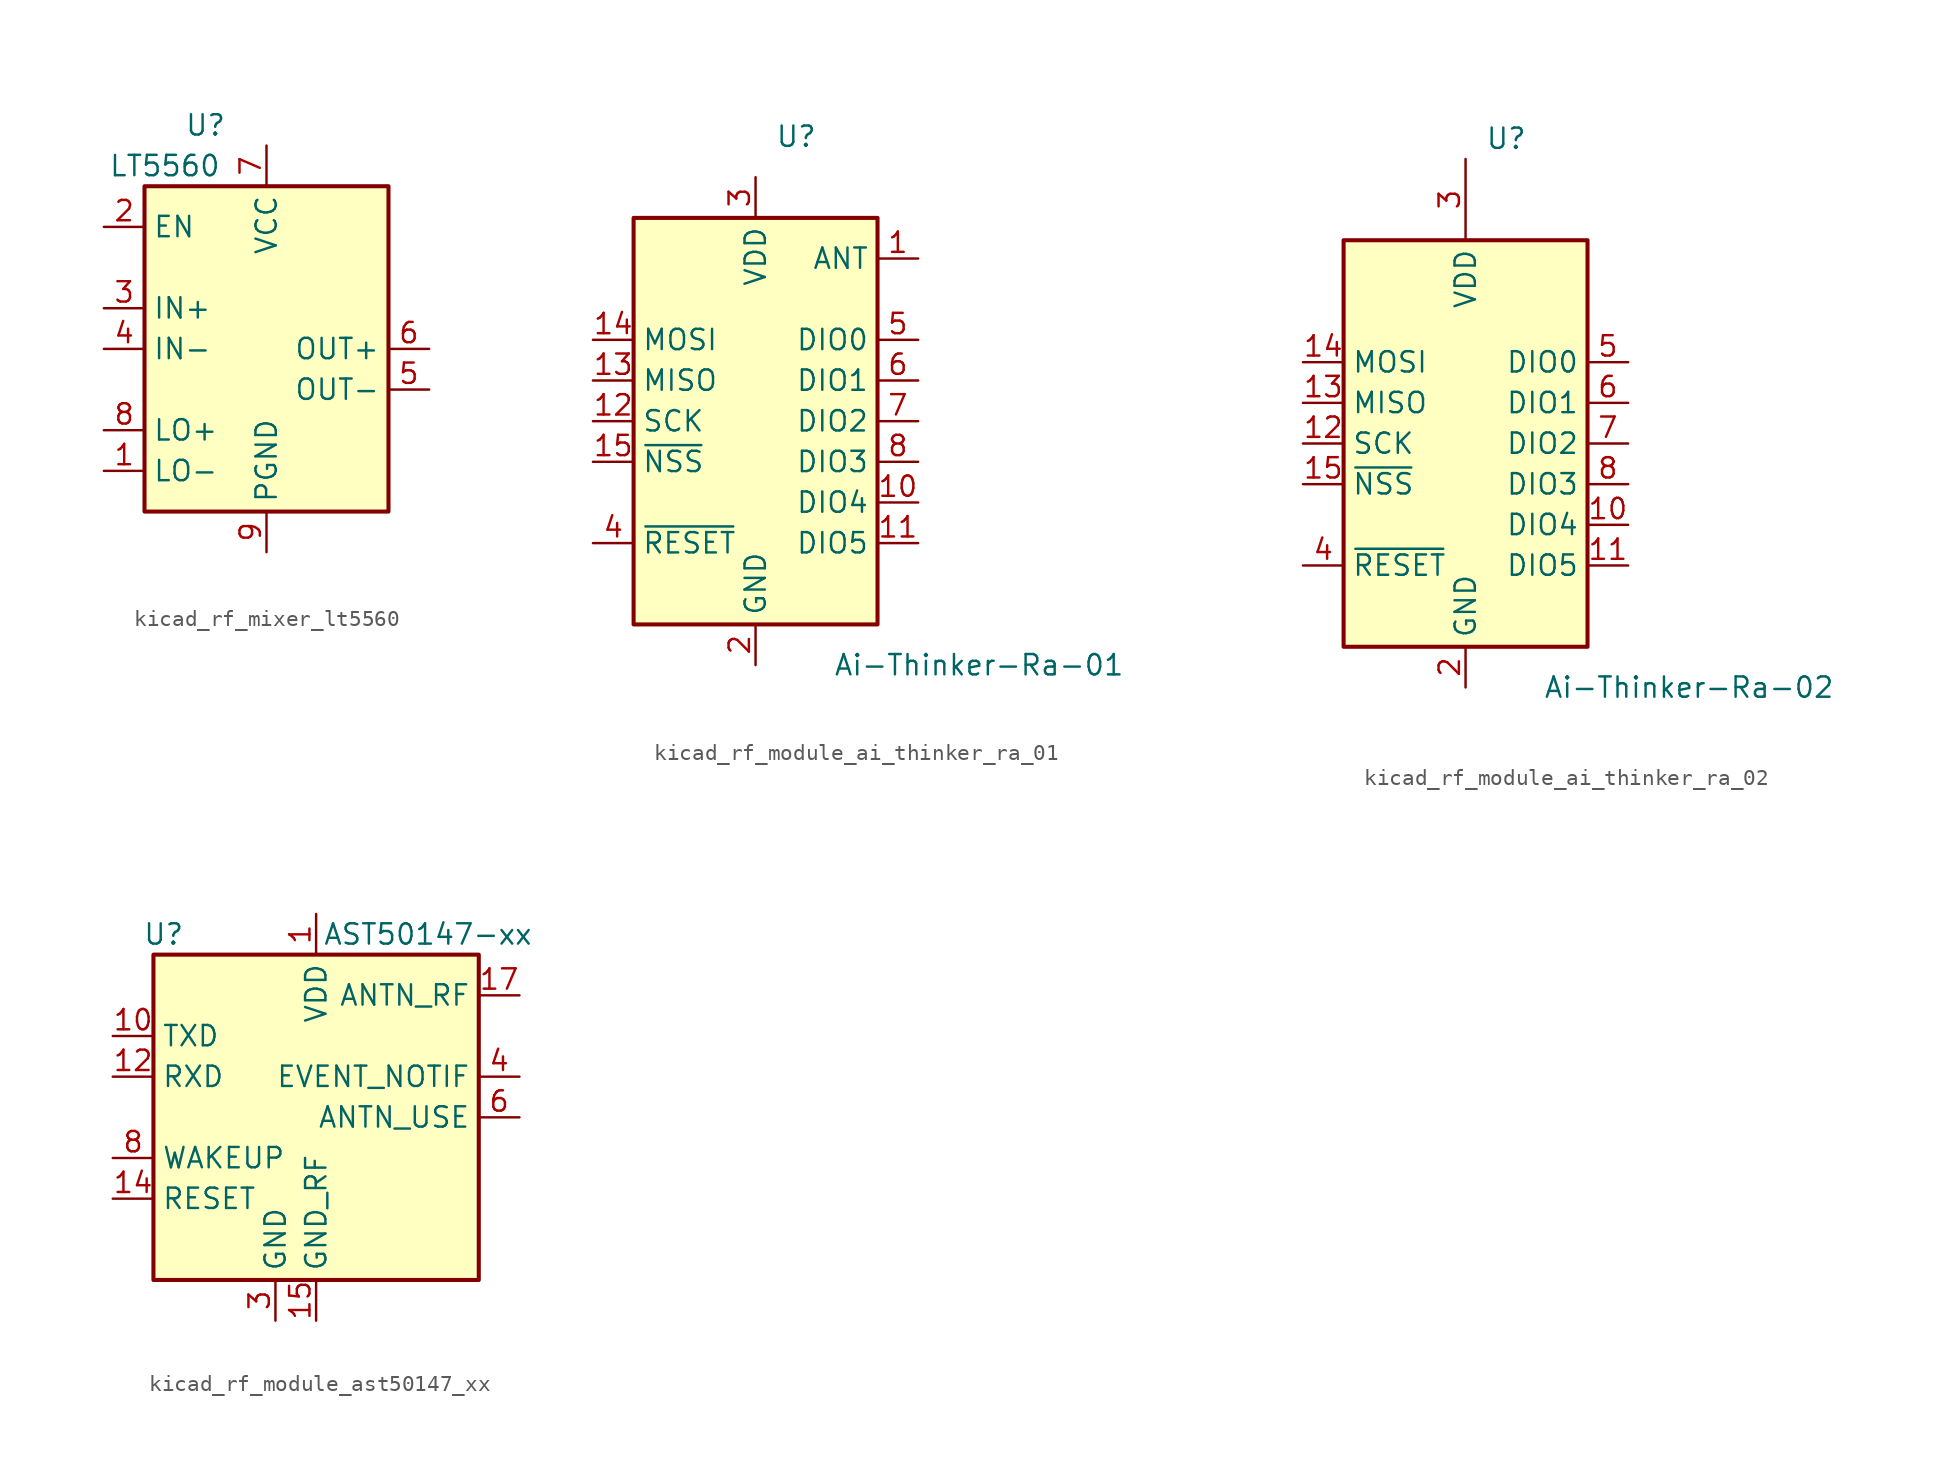
<source format=kicad_sym>
(kicad_symbol_lib
  (version 20220914)
  (generator kicad_symbol_editor)
  (symbol "kicad_rf_mixer_lt5560"
    (property "Reference" "U"
      (at -3.81 13.97 0)
      (effects (font (size 1.27 1.27))))
    (property "Value" "LT5560"
      (at -6.35 11.43 0)
      (effects (font (size 1.27 1.27))))
    (symbol "kicad_rf_mixer_lt5560_0_1"
      (rectangle (start -7.62 10.16) (end 7.62 -10.16) (stroke (width 0.254) (type default)) (fill (type background))))
    (symbol "kicad_rf_mixer_lt5560_1_1"
      (pin input line (at -10.16 -7.62 0) (length 2.54) (name "LO-" (effects (font (size 1.27 1.27)))) (number "1" (effects (font (size 1.27 1.27)))))
      (pin input line (at -10.16 7.62 0) (length 2.54) (name "EN" (effects (font (size 1.27 1.27)))) (number "2" (effects (font (size 1.27 1.27)))))
      (pin input line (at -10.16 2.54 0) (length 2.54) (name "IN+" (effects (font (size 1.27 1.27)))) (number "3" (effects (font (size 1.27 1.27)))))
      (pin input line (at -10.16 0 0) (length 2.54) (name "IN-" (effects (font (size 1.27 1.27)))) (number "4" (effects (font (size 1.27 1.27)))))
      (pin output line (at 10.16 -2.54 180) (length 2.54) (name "OUT-" (effects (font (size 1.27 1.27)))) (number "5" (effects (font (size 1.27 1.27)))))
      (pin output line (at 10.16 0 180) (length 2.54) (name "OUT+" (effects (font (size 1.27 1.27)))) (number "6" (effects (font (size 1.27 1.27)))))
      (pin power_in line (at 0 12.7 270) (length 2.54) (name "VCC" (effects (font (size 1.27 1.27)))) (number "7" (effects (font (size 1.27 1.27)))))
      (pin input line (at -10.16 -5.08 0) (length 2.54) (name "LO+" (effects (font (size 1.27 1.27)))) (number "8" (effects (font (size 1.27 1.27)))))
      (pin power_in line (at 0 -12.7 90) (length 2.54) (name "PGND" (effects (font (size 1.27 1.27)))) (number "9" (effects (font (size 1.27 1.27)))))))
  (symbol "kicad_rf_module_ai_thinker_ra_01"
    (property "Reference" "U"
      (at 2.54 17.78 0)
      (effects (font (size 1.27 1.27))))
    (property "Value" "Ai-Thinker-Ra-01"
      (at 13.97 -15.24 0)
      (effects (font (size 1.27 1.27))))
    (symbol "kicad_rf_module_ai_thinker_ra_01_0_1"
      (rectangle (start -7.62 12.7) (end 7.62 -12.7) (stroke (width 0.254) (type default)) (fill (type background))))
    (symbol "kicad_rf_module_ai_thinker_ra_01_1_1"
      (pin passive line (at 10.16 10.16 180) (length 2.54) (name "ANT" (effects (font (size 1.27 1.27)))) (number "1" (effects (font (size 1.27 1.27)))))
      (pin bidirectional line (at 10.16 -5.08 180) (length 2.54) (name "DIO4" (effects (font (size 1.27 1.27)))) (number "10" (effects (font (size 1.27 1.27)))))
      (pin bidirectional line (at 10.16 -7.62 180) (length 2.54) (name "DIO5" (effects (font (size 1.27 1.27)))) (number "11" (effects (font (size 1.27 1.27)))))
      (pin input line (at -10.16 0 0) (length 2.54) (name "SCK" (effects (font (size 1.27 1.27)))) (number "12" (effects (font (size 1.27 1.27)))))
      (pin output line (at -10.16 2.54 0) (length 2.54) (name "MISO" (effects (font (size 1.27 1.27)))) (number "13" (effects (font (size 1.27 1.27)))))
      (pin input line (at -10.16 5.08 0) (length 2.54) (name "MOSI" (effects (font (size 1.27 1.27)))) (number "14" (effects (font (size 1.27 1.27)))))
      (pin input line (at -10.16 -2.54 0) (length 2.54) (name "~{NSS}" (effects (font (size 1.27 1.27)))) (number "15" (effects (font (size 1.27 1.27)))))
      (pin passive line (at 0 -15.24 90) (length 2.54) hide (name "GND" (effects (font (size 1.27 1.27)))) (number "16" (effects (font (size 1.27 1.27)))))
      (pin power_in line (at 0 -15.24 90) (length 2.54) (name "GND" (effects (font (size 1.27 1.27)))) (number "2" (effects (font (size 1.27 1.27)))))
      (pin power_in line (at 0 15.24 270) (length 2.54) (name "VDD" (effects (font (size 1.27 1.27)))) (number "3" (effects (font (size 1.27 1.27)))))
      (pin input line (at -10.16 -7.62 0) (length 2.54) (name "~{RESET}" (effects (font (size 1.27 1.27)))) (number "4" (effects (font (size 1.27 1.27)))))
      (pin bidirectional line (at 10.16 5.08 180) (length 2.54) (name "DIO0" (effects (font (size 1.27 1.27)))) (number "5" (effects (font (size 1.27 1.27)))))
      (pin bidirectional line (at 10.16 2.54 180) (length 2.54) (name "DIO1" (effects (font (size 1.27 1.27)))) (number "6" (effects (font (size 1.27 1.27)))))
      (pin bidirectional line (at 10.16 0 180) (length 2.54) (name "DIO2" (effects (font (size 1.27 1.27)))) (number "7" (effects (font (size 1.27 1.27)))))
      (pin bidirectional line (at 10.16 -2.54 180) (length 2.54) (name "DIO3" (effects (font (size 1.27 1.27)))) (number "8" (effects (font (size 1.27 1.27)))))
      (pin passive line (at 0 -15.24 90) (length 2.54) hide (name "GND" (effects (font (size 1.27 1.27)))) (number "9" (effects (font (size 1.27 1.27)))))))
  (symbol "kicad_rf_module_ai_thinker_ra_02"
    (property "Reference" "U"
      (at 2.54 19.05 0)
      (effects (font (size 1.27 1.27))))
    (property "Value" "Ai-Thinker-Ra-02"
      (at 13.97 -15.24 0)
      (effects (font (size 1.27 1.27))))
    (symbol "kicad_rf_module_ai_thinker_ra_02_0_1"
      (rectangle (start -7.62 12.7) (end 7.62 -12.7) (stroke (width 0.254) (type default)) (fill (type background))))
    (symbol "kicad_rf_module_ai_thinker_ra_02_1_1"
      (pin passive line (at 0 -15.24 90) (length 2.54) hide (name "GND" (effects (font (size 1.27 1.27)))) (number "1" (effects (font (size 1.27 1.27)))))
      (pin bidirectional line (at 10.16 -5.08 180) (length 2.54) (name "DIO4" (effects (font (size 1.27 1.27)))) (number "10" (effects (font (size 1.27 1.27)))))
      (pin bidirectional line (at 10.16 -7.62 180) (length 2.54) (name "DIO5" (effects (font (size 1.27 1.27)))) (number "11" (effects (font (size 1.27 1.27)))))
      (pin input line (at -10.16 0 0) (length 2.54) (name "SCK" (effects (font (size 1.27 1.27)))) (number "12" (effects (font (size 1.27 1.27)))))
      (pin output line (at -10.16 2.54 0) (length 2.54) (name "MISO" (effects (font (size 1.27 1.27)))) (number "13" (effects (font (size 1.27 1.27)))))
      (pin input line (at -10.16 5.08 0) (length 2.54) (name "MOSI" (effects (font (size 1.27 1.27)))) (number "14" (effects (font (size 1.27 1.27)))))
      (pin input line (at -10.16 -2.54 0) (length 2.54) (name "~{NSS}" (effects (font (size 1.27 1.27)))) (number "15" (effects (font (size 1.27 1.27)))))
      (pin passive line (at 0 -15.24 90) (length 2.54) hide (name "GND" (effects (font (size 1.27 1.27)))) (number "16" (effects (font (size 1.27 1.27)))))
      (pin power_in line (at 0 -15.24 90) (length 2.54) (name "GND" (effects (font (size 1.27 1.27)))) (number "2" (effects (font (size 1.27 1.27)))))
      (pin power_in line (at 0 17.78 270) (length 5.08) (name "VDD" (effects (font (size 1.27 1.27)))) (number "3" (effects (font (size 1.27 1.27)))))
      (pin input line (at -10.16 -7.62 0) (length 2.54) (name "~{RESET}" (effects (font (size 1.27 1.27)))) (number "4" (effects (font (size 1.27 1.27)))))
      (pin bidirectional line (at 10.16 5.08 180) (length 2.54) (name "DIO0" (effects (font (size 1.27 1.27)))) (number "5" (effects (font (size 1.27 1.27)))))
      (pin bidirectional line (at 10.16 2.54 180) (length 2.54) (name "DIO1" (effects (font (size 1.27 1.27)))) (number "6" (effects (font (size 1.27 1.27)))))
      (pin bidirectional line (at 10.16 0 180) (length 2.54) (name "DIO2" (effects (font (size 1.27 1.27)))) (number "7" (effects (font (size 1.27 1.27)))))
      (pin bidirectional line (at 10.16 -2.54 180) (length 2.54) (name "DIO3" (effects (font (size 1.27 1.27)))) (number "8" (effects (font (size 1.27 1.27)))))
      (pin passive line (at 0 -15.24 90) (length 2.54) hide (name "GND" (effects (font (size 1.27 1.27)))) (number "9" (effects (font (size 1.27 1.27)))))))
  (symbol "kicad_rf_module_ast50147_xx"
    (property "Reference" "U"
      (at -9.525 11.43 0)
      (effects (font (size 1.27 1.27))))
    (property "Value" "AST50147-xx"
      (at 6.985 11.43 0)
      (effects (font (size 1.27 1.27))))
    (symbol "kicad_rf_module_ast50147_xx_0_1"
      (rectangle (start -10.16 10.16) (end 10.16 -10.16) (stroke (width 0.254) (type default)) (fill (type background))))
    (symbol "kicad_rf_module_ast50147_xx_1_1"
      (pin power_in line (at 0 12.7 270) (length 2.54) (name "VDD" (effects (font (size 1.27 1.27)))) (number "1" (effects (font (size 1.27 1.27)))))
      (pin output line (at -12.7 5.08 0) (length 2.54) (name "TXD" (effects (font (size 1.27 1.27)))) (number "10" (effects (font (size 1.27 1.27)))))
      (pin passive line (at -2.54 -12.7 90) (length 2.54) hide (name "GND" (effects (font (size 1.27 1.27)))) (number "11" (effects (font (size 1.27 1.27)))))
      (pin input line (at -12.7 2.54 0) (length 2.54) (name "RXD" (effects (font (size 1.27 1.27)))) (number "12" (effects (font (size 1.27 1.27)))))
      (pin passive line (at -2.54 -12.7 90) (length 2.54) hide (name "GND" (effects (font (size 1.27 1.27)))) (number "13" (effects (font (size 1.27 1.27)))))
      (pin input line (at -12.7 -5.08 0) (length 2.54) (name "RESET" (effects (font (size 1.27 1.27)))) (number "14" (effects (font (size 1.27 1.27)))))
      (pin power_in line (at 0 -12.7 90) (length 2.54) (name "GND_RF" (effects (font (size 1.27 1.27)))) (number "15" (effects (font (size 1.27 1.27)))))
      (pin passive line (at 0 -12.7 90) (length 2.54) hide (name "GND_RF" (effects (font (size 1.27 1.27)))) (number "16" (effects (font (size 1.27 1.27)))))
      (pin passive line (at 12.7 7.62 180) (length 2.54) (name "ANTN_RF" (effects (font (size 1.27 1.27)))) (number "17" (effects (font (size 1.27 1.27)))))
      (pin passive line (at 0 -12.7 90) (length 2.54) hide (name "GND_RF" (effects (font (size 1.27 1.27)))) (number "18" (effects (font (size 1.27 1.27)))))
      (pin passive line (at 0 -12.7 90) (length 2.54) hide (name "GND_RF" (effects (font (size 1.27 1.27)))) (number "19" (effects (font (size 1.27 1.27)))))
      (pin passive line (at 0 12.7 270) (length 2.54) hide (name "VDD" (effects (font (size 1.27 1.27)))) (number "2" (effects (font (size 1.27 1.27)))))
      (pin no_connect line (at -7.62 10.16 270) (length 2.54) hide (name "RSVD" (effects (font (size 1.27 1.27)))) (number "20" (effects (font (size 1.27 1.27)))))
      (pin no_connect line (at -5.08 10.16 270) (length 2.54) hide (name "RSVD" (effects (font (size 1.27 1.27)))) (number "21" (effects (font (size 1.27 1.27)))))
      (pin no_connect line (at -2.54 10.16 270) (length 2.54) hide (name "RSVD" (effects (font (size 1.27 1.27)))) (number "22" (effects (font (size 1.27 1.27)))))
      (pin passive line (at -2.54 -12.7 90) (length 2.54) hide (name "GND" (effects (font (size 1.27 1.27)))) (number "23" (effects (font (size 1.27 1.27)))))
      (pin no_connect line (at -10.16 0 0) (length 2.54) hide (name "N.C." (effects (font (size 1.27 1.27)))) (number "24" (effects (font (size 1.27 1.27)))))
      (pin passive line (at -2.54 -12.7 90) (length 2.54) hide (name "GND" (effects (font (size 1.27 1.27)))) (number "25" (effects (font (size 1.27 1.27)))))
      (pin no_connect line (at 2.54 -10.16 90) (length 2.54) hide (name "N.C." (effects (font (size 1.27 1.27)))) (number "26" (effects (font (size 1.27 1.27)))))
      (pin passive line (at -2.54 -12.7 90) (length 2.54) hide (name "GND" (effects (font (size 1.27 1.27)))) (number "27" (effects (font (size 1.27 1.27)))))
      (pin no_connect line (at 5.08 -10.16 90) (length 2.54) hide (name "N.C." (effects (font (size 1.27 1.27)))) (number "28" (effects (font (size 1.27 1.27)))))
      (pin passive line (at -2.54 -12.7 90) (length 2.54) hide (name "GND" (effects (font (size 1.27 1.27)))) (number "29" (effects (font (size 1.27 1.27)))))
      (pin power_in line (at -2.54 -12.7 90) (length 2.54) (name "GND" (effects (font (size 1.27 1.27)))) (number "3" (effects (font (size 1.27 1.27)))))
      (pin no_connect line (at 7.62 -10.16 90) (length 2.54) hide (name "N.C." (effects (font (size 1.27 1.27)))) (number "30" (effects (font (size 1.27 1.27)))))
      (pin passive line (at -2.54 -12.7 90) (length 2.54) hide (name "GND" (effects (font (size 1.27 1.27)))) (number "31" (effects (font (size 1.27 1.27)))))
      (pin no_connect line (at 7.62 10.16 270) (length 2.54) hide (name "N.C." (effects (font (size 1.27 1.27)))) (number "32" (effects (font (size 1.27 1.27)))))
      (pin passive line (at -2.54 -12.7 90) (length 2.54) hide (name "GND" (effects (font (size 1.27 1.27)))) (number "33" (effects (font (size 1.27 1.27)))))
      (pin no_connect line (at -10.16 -7.62 0) (length 2.54) hide (name "N.C." (effects (font (size 1.27 1.27)))) (number "34" (effects (font (size 1.27 1.27)))))
      (pin no_connect line (at 10.16 -2.54 180) (length 2.54) hide (name "N.C." (effects (font (size 1.27 1.27)))) (number "35" (effects (font (size 1.27 1.27)))))
      (pin passive line (at -2.54 -12.7 90) (length 2.54) hide (name "GND" (effects (font (size 1.27 1.27)))) (number "36" (effects (font (size 1.27 1.27)))))
      (pin no_connect line (at 2.54 10.16 270) (length 2.54) hide (name "RSVD" (effects (font (size 1.27 1.27)))) (number "37" (effects (font (size 1.27 1.27)))))
      (pin no_connect line (at 5.08 10.16 270) (length 2.54) hide (name "RSVD" (effects (font (size 1.27 1.27)))) (number "38" (effects (font (size 1.27 1.27)))))
      (pin output line (at 12.7 2.54 180) (length 2.54) (name "EVENT_NOTIF" (effects (font (size 1.27 1.27)))) (number "4" (effects (font (size 1.27 1.27)))))
      (pin passive line (at -2.54 -12.7 90) (length 2.54) hide (name "GND" (effects (font (size 1.27 1.27)))) (number "5" (effects (font (size 1.27 1.27)))))
      (pin output line (at 12.7 0 180) (length 2.54) (name "ANTN_USE" (effects (font (size 1.27 1.27)))) (number "6" (effects (font (size 1.27 1.27)))))
      (pin passive line (at -2.54 -12.7 90) (length 2.54) hide (name "GND" (effects (font (size 1.27 1.27)))) (number "7" (effects (font (size 1.27 1.27)))))
      (pin input line (at -12.7 -2.54 0) (length 2.54) (name "WAKEUP" (effects (font (size 1.27 1.27)))) (number "8" (effects (font (size 1.27 1.27)))))
      (pin passive line (at -2.54 -12.7 90) (length 2.54) hide (name "GND" (effects (font (size 1.27 1.27)))) (number "9" (effects (font (size 1.27 1.27))))))))
</source>
